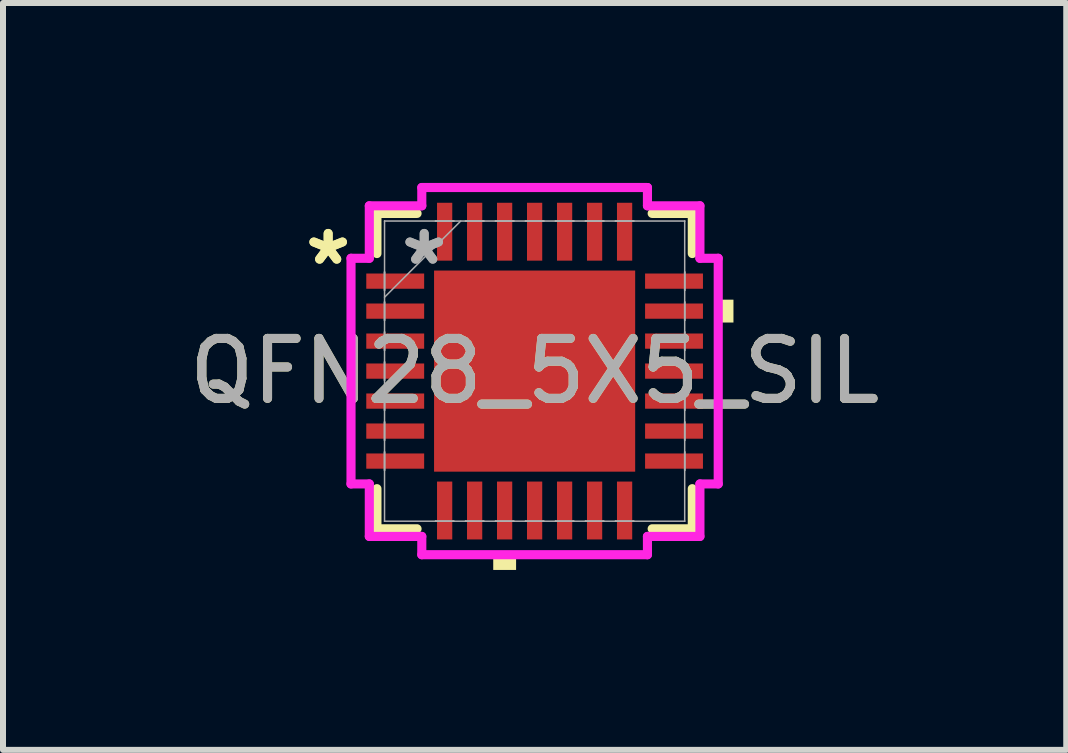
<source format=kicad_pcb>
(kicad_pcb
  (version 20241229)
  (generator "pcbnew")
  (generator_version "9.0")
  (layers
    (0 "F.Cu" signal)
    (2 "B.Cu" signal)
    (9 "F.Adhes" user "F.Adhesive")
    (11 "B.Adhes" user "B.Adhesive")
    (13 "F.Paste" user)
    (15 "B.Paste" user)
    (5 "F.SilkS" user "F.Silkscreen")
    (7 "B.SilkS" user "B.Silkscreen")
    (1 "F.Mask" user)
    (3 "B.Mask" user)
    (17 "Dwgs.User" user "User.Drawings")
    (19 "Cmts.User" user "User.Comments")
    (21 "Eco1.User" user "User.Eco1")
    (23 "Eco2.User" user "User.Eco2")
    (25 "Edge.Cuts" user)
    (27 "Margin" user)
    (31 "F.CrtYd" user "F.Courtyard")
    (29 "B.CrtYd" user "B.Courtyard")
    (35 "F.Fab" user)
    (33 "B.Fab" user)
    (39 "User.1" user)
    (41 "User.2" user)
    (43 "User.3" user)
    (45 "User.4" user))
  (footprint "QFN28_5X5_SIL"
    (layer "F.Cu")
    (at 5.863 3.137)
    (property "Reference" "QFN28_5X5_SIL" (at 0 0 0) (unlocked yes) (layer "F.SilkS") (effects (font (size 1 1) (thickness 0.15))))
    (attr smd)
    (fp_line (start -2.629 -2.629) (end -2.629 -1.96) (stroke (width 0.152) (type solid)) (layer "F.SilkS"))
    (fp_line (start -2.629 1.96) (end -2.629 2.629) (stroke (width 0.152) (type solid)) (layer "F.SilkS"))
    (fp_line (start -2.629 2.629) (end -1.96 2.629) (stroke (width 0.152) (type solid)) (layer "F.SilkS"))
    (fp_line (start -1.96 -2.629) (end -2.629 -2.629) (stroke (width 0.152) (type solid)) (layer "F.SilkS"))
    (fp_line (start 1.96 2.629) (end 2.629 2.629) (stroke (width 0.152) (type solid)) (layer "F.SilkS"))
    (fp_line (start 2.629 -2.629) (end 1.96 -2.629) (stroke (width 0.152) (type solid)) (layer "F.SilkS"))
    (fp_line (start 2.629 -1.96) (end 2.629 -2.629) (stroke (width 0.152) (type solid)) (layer "F.SilkS"))
    (fp_line (start 2.629 2.629) (end 2.629 1.96) (stroke (width 0.152) (type solid)) (layer "F.SilkS"))
    (fp_poly (pts (xy -0.69 3.061) (xy -0.69 3.315) (xy -0.309 3.315) (xy -0.309 3.061)) (stroke (width 0) (type solid)) (fill yes) (layer "F.SilkS"))
    (fp_poly (pts (xy 3.315 -1.191) (xy 3.315 -0.81) (xy 3.061 -0.81) (xy 3.061 -1.191)) (stroke (width 0) (type solid)) (fill yes) (layer "F.SilkS"))
    (fp_poly (pts (xy -1.576 -1.576) (xy -1.576 -0.1) (xy -0.1 -0.1) (xy -0.1 -1.576)) (stroke (width 0) (type solid)) (fill yes) (layer "F.Paste"))
    (fp_poly (pts (xy -1.576 0.1) (xy -1.576 1.576) (xy -0.1 1.576) (xy -0.1 0.1)) (stroke (width 0) (type solid)) (fill yes) (layer "F.Paste"))
    (fp_poly (pts (xy 0.1 -1.576) (xy 0.1 -0.1) (xy 1.576 -0.1) (xy 1.576 -1.576)) (stroke (width 0) (type solid)) (fill yes) (layer "F.Paste"))
    (fp_poly (pts (xy 0.1 0.1) (xy 0.1 1.576) (xy 1.576 1.576) (xy 1.576 0.1)) (stroke (width 0) (type solid)) (fill yes) (layer "F.Paste"))
    (fp_line (start -3.061 -1.881) (end -2.756 -1.881) (stroke (width 0.152) (type solid)) (layer "F.CrtYd"))
    (fp_line (start -3.061 1.881) (end -3.061 -1.881) (stroke (width 0.152) (type solid)) (layer "F.CrtYd"))
    (fp_line (start -2.756 -2.756) (end -1.881 -2.756) (stroke (width 0.152) (type solid)) (layer "F.CrtYd"))
    (fp_line (start -2.756 -1.881) (end -2.756 -2.756) (stroke (width 0.152) (type solid)) (layer "F.CrtYd"))
    (fp_line (start -2.756 1.881) (end -3.061 1.881) (stroke (width 0.152) (type solid)) (layer "F.CrtYd"))
    (fp_line (start -2.756 2.756) (end -2.756 1.881) (stroke (width 0.152) (type solid)) (layer "F.CrtYd"))
    (fp_line (start -1.881 -3.061) (end 1.881 -3.061) (stroke (width 0.152) (type solid)) (layer "F.CrtYd"))
    (fp_line (start -1.881 -2.756) (end -1.881 -3.061) (stroke (width 0.152) (type solid)) (layer "F.CrtYd"))
    (fp_line (start -1.881 2.756) (end -2.756 2.756) (stroke (width 0.152) (type solid)) (layer "F.CrtYd"))
    (fp_line (start -1.881 3.061) (end -1.881 2.756) (stroke (width 0.152) (type solid)) (layer "F.CrtYd"))
    (fp_line (start 1.881 -3.061) (end 1.881 -2.756) (stroke (width 0.152) (type solid)) (layer "F.CrtYd"))
    (fp_line (start 1.881 -2.756) (end 2.756 -2.756) (stroke (width 0.152) (type solid)) (layer "F.CrtYd"))
    (fp_line (start 1.881 2.756) (end 1.881 3.061) (stroke (width 0.152) (type solid)) (layer "F.CrtYd"))
    (fp_line (start 1.881 3.061) (end -1.881 3.061) (stroke (width 0.152) (type solid)) (layer "F.CrtYd"))
    (fp_line (start 2.756 -2.756) (end 2.756 -1.881) (stroke (width 0.152) (type solid)) (layer "F.CrtYd"))
    (fp_line (start 2.756 -1.881) (end 3.061 -1.881) (stroke (width 0.152) (type solid)) (layer "F.CrtYd"))
    (fp_line (start 2.756 1.881) (end 2.756 2.756) (stroke (width 0.152) (type solid)) (layer "F.CrtYd"))
    (fp_line (start 2.756 2.756) (end 1.881 2.756) (stroke (width 0.152) (type solid)) (layer "F.CrtYd"))
    (fp_line (start 3.061 -1.881) (end 3.061 1.881) (stroke (width 0.152) (type solid)) (layer "F.CrtYd"))
    (fp_line (start 3.061 1.881) (end 2.756 1.881) (stroke (width 0.152) (type solid)) (layer "F.CrtYd"))
    (fp_line (start -2.502 -2.502) (end -2.502 -2.502) (stroke (width 0.025) (type solid)) (layer "F.Fab"))
    (fp_line (start -2.502 -2.502) (end -2.502 2.502) (stroke (width 0.025) (type solid)) (layer "F.Fab"))
    (fp_line (start -2.502 -1.652) (end -2.502 -1.652) (stroke (width 0.025) (type solid)) (layer "F.Fab"))
    (fp_line (start -2.502 -1.652) (end -2.502 -1.348) (stroke (width 0.025) (type solid)) (layer "F.Fab"))
    (fp_line (start -2.502 -1.348) (end -2.502 -1.652) (stroke (width 0.025) (type solid)) (layer "F.Fab"))
    (fp_line (start -2.502 -1.348) (end -2.502 -1.348) (stroke (width 0.025) (type solid)) (layer "F.Fab"))
    (fp_line (start -2.502 -1.232) (end -1.232 -2.502) (stroke (width 0.025) (type solid)) (layer "F.Fab"))
    (fp_line (start -2.502 -1.152) (end -2.502 -1.152) (stroke (width 0.025) (type solid)) (layer "F.Fab"))
    (fp_line (start -2.502 -1.152) (end -2.502 -0.848) (stroke (width 0.025) (type solid)) (layer "F.Fab"))
    (fp_line (start -2.502 -0.848) (end -2.502 -1.152) (stroke (width 0.025) (type solid)) (layer "F.Fab"))
    (fp_line (start -2.502 -0.848) (end -2.502 -0.848) (stroke (width 0.025) (type solid)) (layer "F.Fab"))
    (fp_line (start -2.502 -0.652) (end -2.502 -0.652) (stroke (width 0.025) (type solid)) (layer "F.Fab"))
    (fp_line (start -2.502 -0.652) (end -2.502 -0.348) (stroke (width 0.025) (type solid)) (layer "F.Fab"))
    (fp_line (start -2.502 -0.348) (end -2.502 -0.652) (stroke (width 0.025) (type solid)) (layer "F.Fab"))
    (fp_line (start -2.502 -0.348) (end -2.502 -0.348) (stroke (width 0.025) (type solid)) (layer "F.Fab"))
    (fp_line (start -2.502 -0.152) (end -2.502 -0.152) (stroke (width 0.025) (type solid)) (layer "F.Fab"))
    (fp_line (start -2.502 -0.152) (end -2.502 0.152) (stroke (width 0.025) (type solid)) (layer "F.Fab"))
    (fp_line (start -2.502 0.152) (end -2.502 -0.152) (stroke (width 0.025) (type solid)) (layer "F.Fab"))
    (fp_line (start -2.502 0.152) (end -2.502 0.152) (stroke (width 0.025) (type solid)) (layer "F.Fab"))
    (fp_line (start -2.502 0.348) (end -2.502 0.348) (stroke (width 0.025) (type solid)) (layer "F.Fab"))
    (fp_line (start -2.502 0.348) (end -2.502 0.652) (stroke (width 0.025) (type solid)) (layer "F.Fab"))
    (fp_line (start -2.502 0.652) (end -2.502 0.348) (stroke (width 0.025) (type solid)) (layer "F.Fab"))
    (fp_line (start -2.502 0.652) (end -2.502 0.652) (stroke (width 0.025) (type solid)) (layer "F.Fab"))
    (fp_line (start -2.502 0.848) (end -2.502 0.848) (stroke (width 0.025) (type solid)) (layer "F.Fab"))
    (fp_line (start -2.502 0.848) (end -2.502 1.152) (stroke (width 0.025) (type solid)) (layer "F.Fab"))
    (fp_line (start -2.502 1.152) (end -2.502 0.848) (stroke (width 0.025) (type solid)) (layer "F.Fab"))
    (fp_line (start -2.502 1.152) (end -2.502 1.152) (stroke (width 0.025) (type solid)) (layer "F.Fab"))
    (fp_line (start -2.502 1.348) (end -2.502 1.348) (stroke (width 0.025) (type solid)) (layer "F.Fab"))
    (fp_line (start -2.502 1.348) (end -2.502 1.652) (stroke (width 0.025) (type solid)) (layer "F.Fab"))
    (fp_line (start -2.502 1.652) (end -2.502 1.348) (stroke (width 0.025) (type solid)) (layer "F.Fab"))
    (fp_line (start -2.502 1.652) (end -2.502 1.652) (stroke (width 0.025) (type solid)) (layer "F.Fab"))
    (fp_line (start -2.502 2.502) (end -2.502 2.502) (stroke (width 0.025) (type solid)) (layer "F.Fab"))
    (fp_line (start -2.502 2.502) (end 2.502 2.502) (stroke (width 0.025) (type solid)) (layer "F.Fab"))
    (fp_line (start -1.652 -2.502) (end -1.652 -2.502) (stroke (width 0.025) (type solid)) (layer "F.Fab"))
    (fp_line (start -1.652 -2.502) (end -1.348 -2.502) (stroke (width 0.025) (type solid)) (layer "F.Fab"))
    (fp_line (start -1.652 2.502) (end -1.652 2.502) (stroke (width 0.025) (type solid)) (layer "F.Fab"))
    (fp_line (start -1.652 2.502) (end -1.348 2.502) (stroke (width 0.025) (type solid)) (layer "F.Fab"))
    (fp_line (start -1.348 -2.502) (end -1.652 -2.502) (stroke (width 0.025) (type solid)) (layer "F.Fab"))
    (fp_line (start -1.348 -2.502) (end -1.348 -2.502) (stroke (width 0.025) (type solid)) (layer "F.Fab"))
    (fp_line (start -1.348 2.502) (end -1.652 2.502) (stroke (width 0.025) (type solid)) (layer "F.Fab"))
    (fp_line (start -1.348 2.502) (end -1.348 2.502) (stroke (width 0.025) (type solid)) (layer "F.Fab"))
    (fp_line (start -1.152 -2.502) (end -1.152 -2.502) (stroke (width 0.025) (type solid)) (layer "F.Fab"))
    (fp_line (start -1.152 -2.502) (end -0.848 -2.502) (stroke (width 0.025) (type solid)) (layer "F.Fab"))
    (fp_line (start -1.152 2.502) (end -1.152 2.502) (stroke (width 0.025) (type solid)) (layer "F.Fab"))
    (fp_line (start -1.152 2.502) (end -0.848 2.502) (stroke (width 0.025) (type solid)) (layer "F.Fab"))
    (fp_line (start -0.848 -2.502) (end -1.152 -2.502) (stroke (width 0.025) (type solid)) (layer "F.Fab"))
    (fp_line (start -0.848 -2.502) (end -0.848 -2.502) (stroke (width 0.025) (type solid)) (layer "F.Fab"))
    (fp_line (start -0.848 2.502) (end -1.152 2.502) (stroke (width 0.025) (type solid)) (layer "F.Fab"))
    (fp_line (start -0.848 2.502) (end -0.848 2.502) (stroke (width 0.025) (type solid)) (layer "F.Fab"))
    (fp_line (start -0.652 -2.502) (end -0.652 -2.502) (stroke (width 0.025) (type solid)) (layer "F.Fab"))
    (fp_line (start -0.652 -2.502) (end -0.348 -2.502) (stroke (width 0.025) (type solid)) (layer "F.Fab"))
    (fp_line (start -0.652 2.502) (end -0.652 2.502) (stroke (width 0.025) (type solid)) (layer "F.Fab"))
    (fp_line (start -0.652 2.502) (end -0.348 2.502) (stroke (width 0.025) (type solid)) (layer "F.Fab"))
    (fp_line (start -0.348 -2.502) (end -0.652 -2.502) (stroke (width 0.025) (type solid)) (layer "F.Fab"))
    (fp_line (start -0.348 -2.502) (end -0.348 -2.502) (stroke (width 0.025) (type solid)) (layer "F.Fab"))
    (fp_line (start -0.348 2.502) (end -0.652 2.502) (stroke (width 0.025) (type solid)) (layer "F.Fab"))
    (fp_line (start -0.348 2.502) (end -0.348 2.502) (stroke (width 0.025) (type solid)) (layer "F.Fab"))
    (fp_line (start -0.152 -2.502) (end -0.152 -2.502) (stroke (width 0.025) (type solid)) (layer "F.Fab"))
    (fp_line (start -0.152 -2.502) (end 0.152 -2.502) (stroke (width 0.025) (type solid)) (layer "F.Fab"))
    (fp_line (start -0.152 2.502) (end -0.152 2.502) (stroke (width 0.025) (type solid)) (layer "F.Fab"))
    (fp_line (start -0.152 2.502) (end 0.152 2.502) (stroke (width 0.025) (type solid)) (layer "F.Fab"))
    (fp_line (start 0.152 -2.502) (end -0.152 -2.502) (stroke (width 0.025) (type solid)) (layer "F.Fab"))
    (fp_line (start 0.152 -2.502) (end 0.152 -2.502) (stroke (width 0.025) (type solid)) (layer "F.Fab"))
    (fp_line (start 0.152 2.502) (end -0.152 2.502) (stroke (width 0.025) (type solid)) (layer "F.Fab"))
    (fp_line (start 0.152 2.502) (end 0.152 2.502) (stroke (width 0.025) (type solid)) (layer "F.Fab"))
    (fp_line (start 0.348 -2.502) (end 0.348 -2.502) (stroke (width 0.025) (type solid)) (layer "F.Fab"))
    (fp_line (start 0.348 -2.502) (end 0.652 -2.502) (stroke (width 0.025) (type solid)) (layer "F.Fab"))
    (fp_line (start 0.348 2.502) (end 0.348 2.502) (stroke (width 0.025) (type solid)) (layer "F.Fab"))
    (fp_line (start 0.348 2.502) (end 0.652 2.502) (stroke (width 0.025) (type solid)) (layer "F.Fab"))
    (fp_line (start 0.652 -2.502) (end 0.348 -2.502) (stroke (width 0.025) (type solid)) (layer "F.Fab"))
    (fp_line (start 0.652 -2.502) (end 0.652 -2.502) (stroke (width 0.025) (type solid)) (layer "F.Fab"))
    (fp_line (start 0.652 2.502) (end 0.348 2.502) (stroke (width 0.025) (type solid)) (layer "F.Fab"))
    (fp_line (start 0.652 2.502) (end 0.652 2.502) (stroke (width 0.025) (type solid)) (layer "F.Fab"))
    (fp_line (start 0.848 -2.502) (end 0.848 -2.502) (stroke (width 0.025) (type solid)) (layer "F.Fab"))
    (fp_line (start 0.848 -2.502) (end 1.152 -2.502) (stroke (width 0.025) (type solid)) (layer "F.Fab"))
    (fp_line (start 0.848 2.502) (end 0.848 2.502) (stroke (width 0.025) (type solid)) (layer "F.Fab"))
    (fp_line (start 0.848 2.502) (end 1.152 2.502) (stroke (width 0.025) (type solid)) (layer "F.Fab"))
    (fp_line (start 1.152 -2.502) (end 0.848 -2.502) (stroke (width 0.025) (type solid)) (layer "F.Fab"))
    (fp_line (start 1.152 -2.502) (end 1.152 -2.502) (stroke (width 0.025) (type solid)) (layer "F.Fab"))
    (fp_line (start 1.152 2.502) (end 0.848 2.502) (stroke (width 0.025) (type solid)) (layer "F.Fab"))
    (fp_line (start 1.152 2.502) (end 1.152 2.502) (stroke (width 0.025) (type solid)) (layer "F.Fab"))
    (fp_line (start 1.348 -2.502) (end 1.348 -2.502) (stroke (width 0.025) (type solid)) (layer "F.Fab"))
    (fp_line (start 1.348 -2.502) (end 1.652 -2.502) (stroke (width 0.025) (type solid)) (layer "F.Fab"))
    (fp_line (start 1.348 2.502) (end 1.348 2.502) (stroke (width 0.025) (type solid)) (layer "F.Fab"))
    (fp_line (start 1.348 2.502) (end 1.652 2.502) (stroke (width 0.025) (type solid)) (layer "F.Fab"))
    (fp_line (start 1.652 -2.502) (end 1.348 -2.502) (stroke (width 0.025) (type solid)) (layer "F.Fab"))
    (fp_line (start 1.652 -2.502) (end 1.652 -2.502) (stroke (width 0.025) (type solid)) (layer "F.Fab"))
    (fp_line (start 1.652 2.502) (end 1.348 2.502) (stroke (width 0.025) (type solid)) (layer "F.Fab"))
    (fp_line (start 1.652 2.502) (end 1.652 2.502) (stroke (width 0.025) (type solid)) (layer "F.Fab"))
    (fp_line (start 2.502 -2.502) (end -2.502 -2.502) (stroke (width 0.025) (type solid)) (layer "F.Fab"))
    (fp_line (start 2.502 -2.502) (end 2.502 -2.502) (stroke (width 0.025) (type solid)) (layer "F.Fab"))
    (fp_line (start 2.502 -1.652) (end 2.502 -1.652) (stroke (width 0.025) (type solid)) (layer "F.Fab"))
    (fp_line (start 2.502 -1.652) (end 2.502 -1.348) (stroke (width 0.025) (type solid)) (layer "F.Fab"))
    (fp_line (start 2.502 -1.348) (end 2.502 -1.652) (stroke (width 0.025) (type solid)) (layer "F.Fab"))
    (fp_line (start 2.502 -1.348) (end 2.502 -1.348) (stroke (width 0.025) (type solid)) (layer "F.Fab"))
    (fp_line (start 2.502 -1.152) (end 2.502 -1.152) (stroke (width 0.025) (type solid)) (layer "F.Fab"))
    (fp_line (start 2.502 -1.152) (end 2.502 -0.848) (stroke (width 0.025) (type solid)) (layer "F.Fab"))
    (fp_line (start 2.502 -0.848) (end 2.502 -1.152) (stroke (width 0.025) (type solid)) (layer "F.Fab"))
    (fp_line (start 2.502 -0.848) (end 2.502 -0.848) (stroke (width 0.025) (type solid)) (layer "F.Fab"))
    (fp_line (start 2.502 -0.652) (end 2.502 -0.652) (stroke (width 0.025) (type solid)) (layer "F.Fab"))
    (fp_line (start 2.502 -0.652) (end 2.502 -0.348) (stroke (width 0.025) (type solid)) (layer "F.Fab"))
    (fp_line (start 2.502 -0.348) (end 2.502 -0.652) (stroke (width 0.025) (type solid)) (layer "F.Fab"))
    (fp_line (start 2.502 -0.348) (end 2.502 -0.348) (stroke (width 0.025) (type solid)) (layer "F.Fab"))
    (fp_line (start 2.502 -0.152) (end 2.502 -0.152) (stroke (width 0.025) (type solid)) (layer "F.Fab"))
    (fp_line (start 2.502 -0.152) (end 2.502 0.152) (stroke (width 0.025) (type solid)) (layer "F.Fab"))
    (fp_line (start 2.502 0.152) (end 2.502 -0.152) (stroke (width 0.025) (type solid)) (layer "F.Fab"))
    (fp_line (start 2.502 0.152) (end 2.502 0.152) (stroke (width 0.025) (type solid)) (layer "F.Fab"))
    (fp_line (start 2.502 0.348) (end 2.502 0.348) (stroke (width 0.025) (type solid)) (layer "F.Fab"))
    (fp_line (start 2.502 0.348) (end 2.502 0.652) (stroke (width 0.025) (type solid)) (layer "F.Fab"))
    (fp_line (start 2.502 0.652) (end 2.502 0.348) (stroke (width 0.025) (type solid)) (layer "F.Fab"))
    (fp_line (start 2.502 0.652) (end 2.502 0.652) (stroke (width 0.025) (type solid)) (layer "F.Fab"))
    (fp_line (start 2.502 0.848) (end 2.502 0.848) (stroke (width 0.025) (type solid)) (layer "F.Fab"))
    (fp_line (start 2.502 0.848) (end 2.502 1.152) (stroke (width 0.025) (type solid)) (layer "F.Fab"))
    (fp_line (start 2.502 1.152) (end 2.502 0.848) (stroke (width 0.025) (type solid)) (layer "F.Fab"))
    (fp_line (start 2.502 1.152) (end 2.502 1.152) (stroke (width 0.025) (type solid)) (layer "F.Fab"))
    (fp_line (start 2.502 1.348) (end 2.502 1.348) (stroke (width 0.025) (type solid)) (layer "F.Fab"))
    (fp_line (start 2.502 1.348) (end 2.502 1.652) (stroke (width 0.025) (type solid)) (layer "F.Fab"))
    (fp_line (start 2.502 1.652) (end 2.502 1.348) (stroke (width 0.025) (type solid)) (layer "F.Fab"))
    (fp_line (start 2.502 1.652) (end 2.502 1.652) (stroke (width 0.025) (type solid)) (layer "F.Fab"))
    (fp_line (start 2.502 2.502) (end 2.502 -2.502) (stroke (width 0.025) (type solid)) (layer "F.Fab"))
    (fp_line (start 2.502 2.502) (end 2.502 2.502) (stroke (width 0.025) (type solid)) (layer "F.Fab"))
    (fp_text user "*" (at -3.442 -1.75 0) (unlocked yes) (layer "F.SilkS") (effects (font (size 1 1) (thickness 0.15))))
    (fp_text user "*" (at -3.442 -1.75 0) (layer "F.SilkS") (effects (font (size 1 1) (thickness 0.15))))
    (fp_text user "*" (at -1.841 -1.75 0) (unlocked yes) (layer "F.Fab") (effects (font (size 1 1) (thickness 0.15))))
    (fp_text user "${REFERENCE}" (at 0 0 0) (unlocked yes) (layer "F.Fab") (effects (font (size 1 1) (thickness 0.15))))
    (fp_text user "*" (at -1.841 -1.75 0) (layer "F.Fab") (effects (font (size 1 1) (thickness 0.15))))
    (pad "1" smd rect (at -2.324 -1.5 90) (size 0.254 0.965) (layers "F.Cu" "F.Mask" "F.Paste"))
    (pad "2" smd rect (at -2.324 -1 90) (size 0.254 0.965) (layers "F.Cu" "F.Mask" "F.Paste"))
    (pad "3" smd rect (at -2.324 -0.5 90) (size 0.254 0.965) (layers "F.Cu" "F.Mask" "F.Paste"))
    (pad "4" smd rect (at -2.324 0 90) (size 0.254 0.965) (layers "F.Cu" "F.Mask" "F.Paste"))
    (pad "5" smd rect (at -2.324 0.5 90) (size 0.254 0.965) (layers "F.Cu" "F.Mask" "F.Paste"))
    (pad "6" smd rect (at -2.324 1 90) (size 0.254 0.965) (layers "F.Cu" "F.Mask" "F.Paste"))
    (pad "7" smd rect (at -2.324 1.5 90) (size 0.254 0.965) (layers "F.Cu" "F.Mask" "F.Paste"))
    (pad "8" smd rect (at -1.5 2.324) (size 0.254 0.965) (layers "F.Cu" "F.Mask" "F.Paste"))
    (pad "9" smd rect (at -1 2.324) (size 0.254 0.965) (layers "F.Cu" "F.Mask" "F.Paste"))
    (pad "10" smd rect (at -0.5 2.324) (size 0.254 0.965) (layers "F.Cu" "F.Mask" "F.Paste"))
    (pad "11" smd rect (at 0 2.324) (size 0.254 0.965) (layers "F.Cu" "F.Mask" "F.Paste"))
    (pad "12" smd rect (at 0.5 2.324) (size 0.254 0.965) (layers "F.Cu" "F.Mask" "F.Paste"))
    (pad "13" smd rect (at 1 2.324) (size 0.254 0.965) (layers "F.Cu" "F.Mask" "F.Paste"))
    (pad "14" smd rect (at 1.5 2.324) (size 0.254 0.965) (layers "F.Cu" "F.Mask" "F.Paste"))
    (pad "15" smd rect (at 2.324 1.5 90) (size 0.254 0.965) (layers "F.Cu" "F.Mask" "F.Paste"))
    (pad "16" smd rect (at 2.324 1 90) (size 0.254 0.965) (layers "F.Cu" "F.Mask" "F.Paste"))
    (pad "17" smd rect (at 2.324 0.5 90) (size 0.254 0.965) (layers "F.Cu" "F.Mask" "F.Paste"))
    (pad "18" smd rect (at 2.324 0 90) (size 0.254 0.965) (layers "F.Cu" "F.Mask" "F.Paste"))
    (pad "19" smd rect (at 2.324 -0.5 90) (size 0.254 0.965) (layers "F.Cu" "F.Mask" "F.Paste"))
    (pad "20" smd rect (at 2.324 -1 90) (size 0.254 0.965) (layers "F.Cu" "F.Mask" "F.Paste"))
    (pad "21" smd rect (at 2.324 -1.5 90) (size 0.254 0.965) (layers "F.Cu" "F.Mask" "F.Paste"))
    (pad "22" smd rect (at 1.5 -2.324) (size 0.254 0.965) (layers "F.Cu" "F.Mask" "F.Paste"))
    (pad "23" smd rect (at 1 -2.324) (size 0.254 0.965) (layers "F.Cu" "F.Mask" "F.Paste"))
    (pad "24" smd rect (at 0.5 -2.324) (size 0.254 0.965) (layers "F.Cu" "F.Mask" "F.Paste"))
    (pad "25" smd rect (at 0 -2.324) (size 0.254 0.965) (layers "F.Cu" "F.Mask" "F.Paste"))
    (pad "26" smd rect (at -0.5 -2.324) (size 0.254 0.965) (layers "F.Cu" "F.Mask" "F.Paste"))
    (pad "27" smd rect (at -1 -2.324) (size 0.254 0.965) (layers "F.Cu" "F.Mask" "F.Paste"))
    (pad "28" smd rect (at -1.5 -2.324) (size 0.254 0.965) (layers "F.Cu" "F.Mask" "F.Paste"))
    (pad "29" smd rect (at 0 0) (size 3.353 3.353) (layers "F.Cu" "F.Mask" "F.Paste")))
  (gr_rect
    (start -3 -3)
    (end 14.726 9.452)
    (stroke (width 0.1) (type default))
    (fill no)
    (layer "Edge.Cuts")))
</source>
